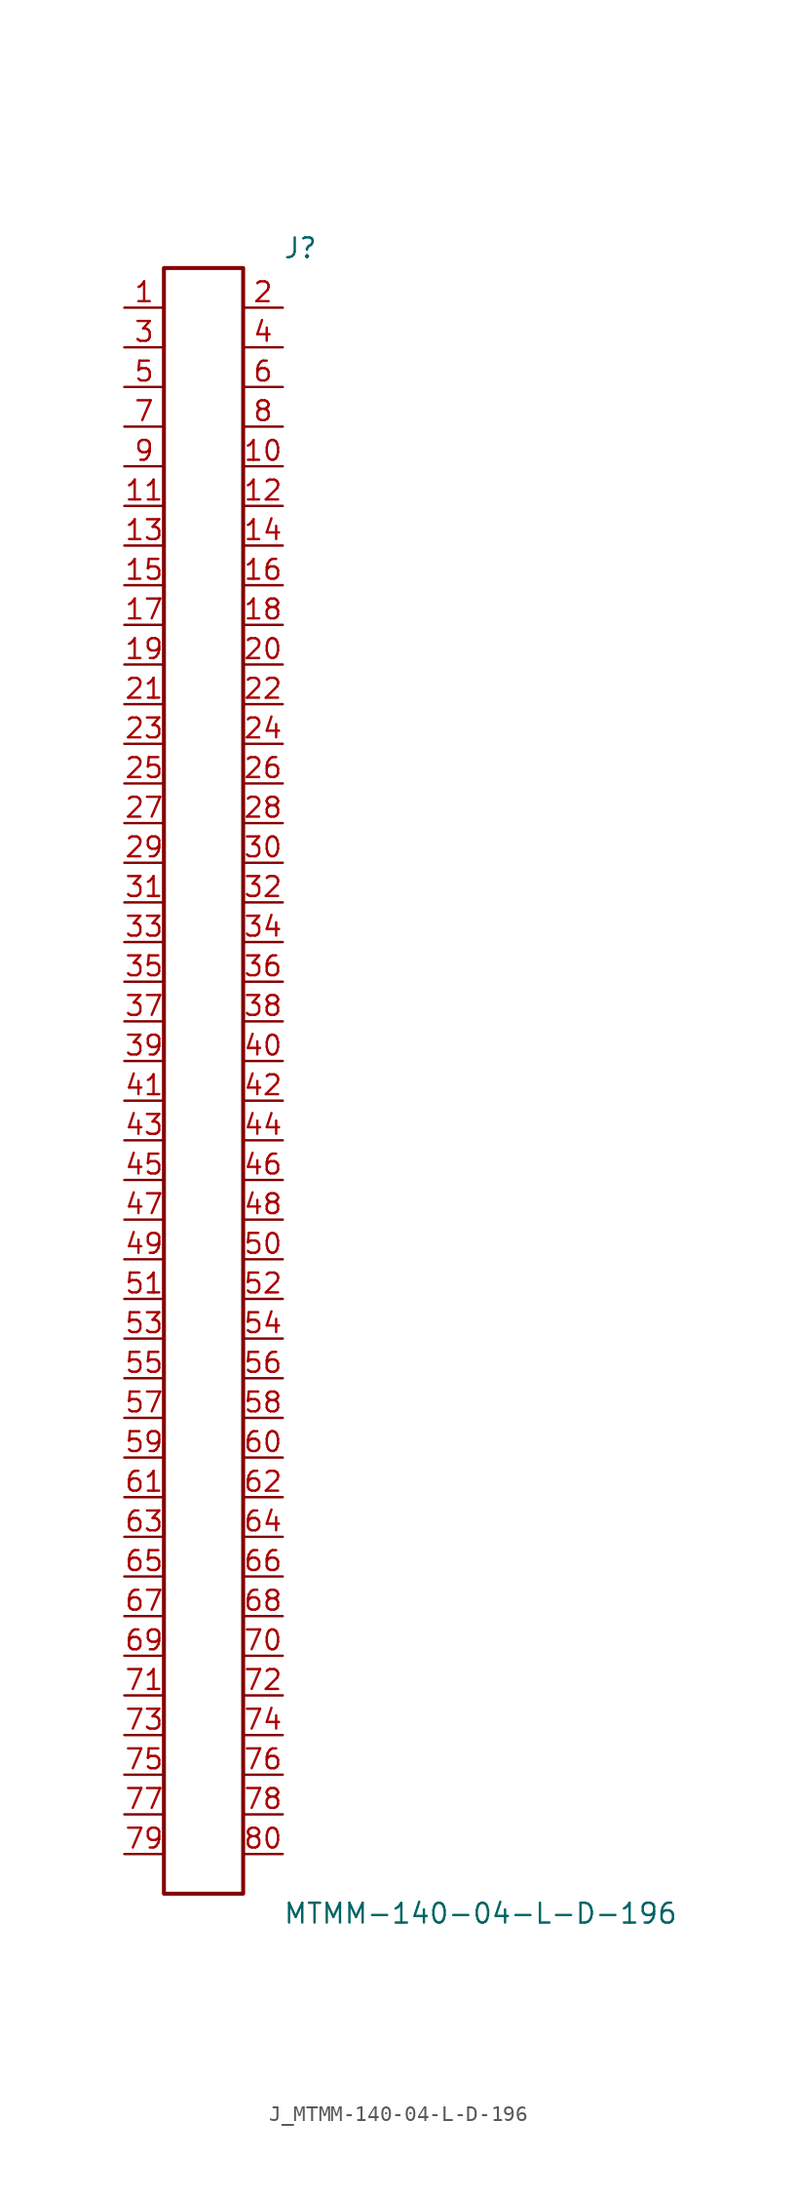
<source format=kicad_sym>
(kicad_symbol_lib
  (version 20231120)
  (generator kicad_symbol_editor)
  (generator_version 8.0)
  (symbol "J_MTMM-140-04-L-D-196"
    (pin_names
      (offset 0.254))
    (property "Reference" "J"
      (at 5.08 53.34 0)
      (effects (font (size 1.27 1.27)) (justify left)))
    (property "Value" "MTMM-140-04-L-D-196"
      (at 5.08 -53.34 0)
      (effects (font (size 1.27 1.27)) (justify left)))
    (symbol "J_MTMM-140-04-L-D-196_0_0"
      (pin passive line (at -5.08 49.53 0) (length 2.54) (name "" (effects (font (size 1.27 1.27)))) (number "1" (effects (font (size 1.27 1.27)))))
      (pin passive line (at 5.08 49.53 180) (length 2.54) (name "" (effects (font (size 1.27 1.27)))) (number "2" (effects (font (size 1.27 1.27)))))
      (pin passive line (at -5.08 46.99 0) (length 2.54) (name "" (effects (font (size 1.27 1.27)))) (number "3" (effects (font (size 1.27 1.27)))))
      (pin passive line (at 5.08 46.99 180) (length 2.54) (name "" (effects (font (size 1.27 1.27)))) (number "4" (effects (font (size 1.27 1.27)))))
      (pin passive line (at -5.08 44.45 0) (length 2.54) (name "" (effects (font (size 1.27 1.27)))) (number "5" (effects (font (size 1.27 1.27)))))
      (pin passive line (at 5.08 44.45 180) (length 2.54) (name "" (effects (font (size 1.27 1.27)))) (number "6" (effects (font (size 1.27 1.27)))))
      (pin passive line (at -5.08 41.91 0) (length 2.54) (name "" (effects (font (size 1.27 1.27)))) (number "7" (effects (font (size 1.27 1.27)))))
      (pin passive line (at 5.08 41.91 180) (length 2.54) (name "" (effects (font (size 1.27 1.27)))) (number "8" (effects (font (size 1.27 1.27)))))
      (pin passive line (at -5.08 39.37 0) (length 2.54) (name "" (effects (font (size 1.27 1.27)))) (number "9" (effects (font (size 1.27 1.27)))))
      (pin passive line (at 5.08 39.37 180) (length 2.54) (name "" (effects (font (size 1.27 1.27)))) (number "10" (effects (font (size 1.27 1.27)))))
      (pin passive line (at -5.08 36.83 0) (length 2.54) (name "" (effects (font (size 1.27 1.27)))) (number "11" (effects (font (size 1.27 1.27)))))
      (pin passive line (at 5.08 36.83 180) (length 2.54) (name "" (effects (font (size 1.27 1.27)))) (number "12" (effects (font (size 1.27 1.27)))))
      (pin passive line (at -5.08 34.29 0) (length 2.54) (name "" (effects (font (size 1.27 1.27)))) (number "13" (effects (font (size 1.27 1.27)))))
      (pin passive line (at 5.08 34.29 180) (length 2.54) (name "" (effects (font (size 1.27 1.27)))) (number "14" (effects (font (size 1.27 1.27)))))
      (pin passive line (at -5.08 31.75 0) (length 2.54) (name "" (effects (font (size 1.27 1.27)))) (number "15" (effects (font (size 1.27 1.27)))))
      (pin passive line (at 5.08 31.75 180) (length 2.54) (name "" (effects (font (size 1.27 1.27)))) (number "16" (effects (font (size 1.27 1.27)))))
      (pin passive line (at -5.08 29.21 0) (length 2.54) (name "" (effects (font (size 1.27 1.27)))) (number "17" (effects (font (size 1.27 1.27)))))
      (pin passive line (at 5.08 29.21 180) (length 2.54) (name "" (effects (font (size 1.27 1.27)))) (number "18" (effects (font (size 1.27 1.27)))))
      (pin passive line (at -5.08 26.67 0) (length 2.54) (name "" (effects (font (size 1.27 1.27)))) (number "19" (effects (font (size 1.27 1.27)))))
      (pin passive line (at 5.08 26.67 180) (length 2.54) (name "" (effects (font (size 1.27 1.27)))) (number "20" (effects (font (size 1.27 1.27)))))
      (pin passive line (at -5.08 24.13 0) (length 2.54) (name "" (effects (font (size 1.27 1.27)))) (number "21" (effects (font (size 1.27 1.27)))))
      (pin passive line (at 5.08 24.13 180) (length 2.54) (name "" (effects (font (size 1.27 1.27)))) (number "22" (effects (font (size 1.27 1.27)))))
      (pin passive line (at -5.08 21.59 0) (length 2.54) (name "" (effects (font (size 1.27 1.27)))) (number "23" (effects (font (size 1.27 1.27)))))
      (pin passive line (at 5.08 21.59 180) (length 2.54) (name "" (effects (font (size 1.27 1.27)))) (number "24" (effects (font (size 1.27 1.27)))))
      (pin passive line (at -5.08 19.05 0) (length 2.54) (name "" (effects (font (size 1.27 1.27)))) (number "25" (effects (font (size 1.27 1.27)))))
      (pin passive line (at 5.08 19.05 180) (length 2.54) (name "" (effects (font (size 1.27 1.27)))) (number "26" (effects (font (size 1.27 1.27)))))
      (pin passive line (at -5.08 16.51 0) (length 2.54) (name "" (effects (font (size 1.27 1.27)))) (number "27" (effects (font (size 1.27 1.27)))))
      (pin passive line (at 5.08 16.51 180) (length 2.54) (name "" (effects (font (size 1.27 1.27)))) (number "28" (effects (font (size 1.27 1.27)))))
      (pin passive line (at -5.08 13.97 0) (length 2.54) (name "" (effects (font (size 1.27 1.27)))) (number "29" (effects (font (size 1.27 1.27)))))
      (pin passive line (at 5.08 13.97 180) (length 2.54) (name "" (effects (font (size 1.27 1.27)))) (number "30" (effects (font (size 1.27 1.27)))))
      (pin passive line (at -5.08 11.43 0) (length 2.54) (name "" (effects (font (size 1.27 1.27)))) (number "31" (effects (font (size 1.27 1.27)))))
      (pin passive line (at 5.08 11.43 180) (length 2.54) (name "" (effects (font (size 1.27 1.27)))) (number "32" (effects (font (size 1.27 1.27)))))
      (pin passive line (at -5.08 8.89 0) (length 2.54) (name "" (effects (font (size 1.27 1.27)))) (number "33" (effects (font (size 1.27 1.27)))))
      (pin passive line (at 5.08 8.89 180) (length 2.54) (name "" (effects (font (size 1.27 1.27)))) (number "34" (effects (font (size 1.27 1.27)))))
      (pin passive line (at -5.08 6.35 0) (length 2.54) (name "" (effects (font (size 1.27 1.27)))) (number "35" (effects (font (size 1.27 1.27)))))
      (pin passive line (at 5.08 6.35 180) (length 2.54) (name "" (effects (font (size 1.27 1.27)))) (number "36" (effects (font (size 1.27 1.27)))))
      (pin passive line (at -5.08 3.81 0) (length 2.54) (name "" (effects (font (size 1.27 1.27)))) (number "37" (effects (font (size 1.27 1.27)))))
      (pin passive line (at 5.08 3.81 180) (length 2.54) (name "" (effects (font (size 1.27 1.27)))) (number "38" (effects (font (size 1.27 1.27)))))
      (pin passive line (at -5.08 1.27 0) (length 2.54) (name "" (effects (font (size 1.27 1.27)))) (number "39" (effects (font (size 1.27 1.27)))))
      (pin passive line (at 5.08 1.27 180) (length 2.54) (name "" (effects (font (size 1.27 1.27)))) (number "40" (effects (font (size 1.27 1.27)))))
      (pin passive line (at -5.08 -1.27 0) (length 2.54) (name "" (effects (font (size 1.27 1.27)))) (number "41" (effects (font (size 1.27 1.27)))))
      (pin passive line (at 5.08 -1.27 180) (length 2.54) (name "" (effects (font (size 1.27 1.27)))) (number "42" (effects (font (size 1.27 1.27)))))
      (pin passive line (at -5.08 -3.81 0) (length 2.54) (name "" (effects (font (size 1.27 1.27)))) (number "43" (effects (font (size 1.27 1.27)))))
      (pin passive line (at 5.08 -3.81 180) (length 2.54) (name "" (effects (font (size 1.27 1.27)))) (number "44" (effects (font (size 1.27 1.27)))))
      (pin passive line (at -5.08 -6.35 0) (length 2.54) (name "" (effects (font (size 1.27 1.27)))) (number "45" (effects (font (size 1.27 1.27)))))
      (pin passive line (at 5.08 -6.35 180) (length 2.54) (name "" (effects (font (size 1.27 1.27)))) (number "46" (effects (font (size 1.27 1.27)))))
      (pin passive line (at -5.08 -8.89 0) (length 2.54) (name "" (effects (font (size 1.27 1.27)))) (number "47" (effects (font (size 1.27 1.27)))))
      (pin passive line (at 5.08 -8.89 180) (length 2.54) (name "" (effects (font (size 1.27 1.27)))) (number "48" (effects (font (size 1.27 1.27)))))
      (pin passive line (at -5.08 -11.43 0) (length 2.54) (name "" (effects (font (size 1.27 1.27)))) (number "49" (effects (font (size 1.27 1.27)))))
      (pin passive line (at 5.08 -11.43 180) (length 2.54) (name "" (effects (font (size 1.27 1.27)))) (number "50" (effects (font (size 1.27 1.27)))))
      (pin passive line (at -5.08 -13.97 0) (length 2.54) (name "" (effects (font (size 1.27 1.27)))) (number "51" (effects (font (size 1.27 1.27)))))
      (pin passive line (at 5.08 -13.97 180) (length 2.54) (name "" (effects (font (size 1.27 1.27)))) (number "52" (effects (font (size 1.27 1.27)))))
      (pin passive line (at -5.08 -16.51 0) (length 2.54) (name "" (effects (font (size 1.27 1.27)))) (number "53" (effects (font (size 1.27 1.27)))))
      (pin passive line (at 5.08 -16.51 180) (length 2.54) (name "" (effects (font (size 1.27 1.27)))) (number "54" (effects (font (size 1.27 1.27)))))
      (pin passive line (at -5.08 -19.05 0) (length 2.54) (name "" (effects (font (size 1.27 1.27)))) (number "55" (effects (font (size 1.27 1.27)))))
      (pin passive line (at 5.08 -19.05 180) (length 2.54) (name "" (effects (font (size 1.27 1.27)))) (number "56" (effects (font (size 1.27 1.27)))))
      (pin passive line (at -5.08 -21.59 0) (length 2.54) (name "" (effects (font (size 1.27 1.27)))) (number "57" (effects (font (size 1.27 1.27)))))
      (pin passive line (at 5.08 -21.59 180) (length 2.54) (name "" (effects (font (size 1.27 1.27)))) (number "58" (effects (font (size 1.27 1.27)))))
      (pin passive line (at -5.08 -24.13 0) (length 2.54) (name "" (effects (font (size 1.27 1.27)))) (number "59" (effects (font (size 1.27 1.27)))))
      (pin passive line (at 5.08 -24.13 180) (length 2.54) (name "" (effects (font (size 1.27 1.27)))) (number "60" (effects (font (size 1.27 1.27)))))
      (pin passive line (at -5.08 -26.67 0) (length 2.54) (name "" (effects (font (size 1.27 1.27)))) (number "61" (effects (font (size 1.27 1.27)))))
      (pin passive line (at 5.08 -26.67 180) (length 2.54) (name "" (effects (font (size 1.27 1.27)))) (number "62" (effects (font (size 1.27 1.27)))))
      (pin passive line (at -5.08 -29.21 0) (length 2.54) (name "" (effects (font (size 1.27 1.27)))) (number "63" (effects (font (size 1.27 1.27)))))
      (pin passive line (at 5.08 -29.21 180) (length 2.54) (name "" (effects (font (size 1.27 1.27)))) (number "64" (effects (font (size 1.27 1.27)))))
      (pin passive line (at -5.08 -31.75 0) (length 2.54) (name "" (effects (font (size 1.27 1.27)))) (number "65" (effects (font (size 1.27 1.27)))))
      (pin passive line (at 5.08 -31.75 180) (length 2.54) (name "" (effects (font (size 1.27 1.27)))) (number "66" (effects (font (size 1.27 1.27)))))
      (pin passive line (at -5.08 -34.29 0) (length 2.54) (name "" (effects (font (size 1.27 1.27)))) (number "67" (effects (font (size 1.27 1.27)))))
      (pin passive line (at 5.08 -34.29 180) (length 2.54) (name "" (effects (font (size 1.27 1.27)))) (number "68" (effects (font (size 1.27 1.27)))))
      (pin passive line (at -5.08 -36.83 0) (length 2.54) (name "" (effects (font (size 1.27 1.27)))) (number "69" (effects (font (size 1.27 1.27)))))
      (pin passive line (at 5.08 -36.83 180) (length 2.54) (name "" (effects (font (size 1.27 1.27)))) (number "70" (effects (font (size 1.27 1.27)))))
      (pin passive line (at -5.08 -39.37 0) (length 2.54) (name "" (effects (font (size 1.27 1.27)))) (number "71" (effects (font (size 1.27 1.27)))))
      (pin passive line (at 5.08 -39.37 180) (length 2.54) (name "" (effects (font (size 1.27 1.27)))) (number "72" (effects (font (size 1.27 1.27)))))
      (pin passive line (at -5.08 -41.91 0) (length 2.54) (name "" (effects (font (size 1.27 1.27)))) (number "73" (effects (font (size 1.27 1.27)))))
      (pin passive line (at 5.08 -41.91 180) (length 2.54) (name "" (effects (font (size 1.27 1.27)))) (number "74" (effects (font (size 1.27 1.27)))))
      (pin passive line (at -5.08 -44.45 0) (length 2.54) (name "" (effects (font (size 1.27 1.27)))) (number "75" (effects (font (size 1.27 1.27)))))
      (pin passive line (at 5.08 -44.45 180) (length 2.54) (name "" (effects (font (size 1.27 1.27)))) (number "76" (effects (font (size 1.27 1.27)))))
      (pin passive line (at -5.08 -46.99 0) (length 2.54) (name "" (effects (font (size 1.27 1.27)))) (number "77" (effects (font (size 1.27 1.27)))))
      (pin passive line (at 5.08 -46.99 180) (length 2.54) (name "" (effects (font (size 1.27 1.27)))) (number "78" (effects (font (size 1.27 1.27)))))
      (pin passive line (at -5.08 -49.53 0) (length 2.54) (name "" (effects (font (size 1.27 1.27)))) (number "79" (effects (font (size 1.27 1.27)))))
      (pin passive line (at 5.08 -49.53 180) (length 2.54) (name "" (effects (font (size 1.27 1.27)))) (number "80" (effects (font (size 1.27 1.27))))))
    (symbol "J_MTMM-140-04-L-D-196_1_0"
      (rectangle (start -2.54 52.07) (end 2.54 -52.07) (stroke (width 0.254) (type solid)) (fill (type none))))))
</source>
